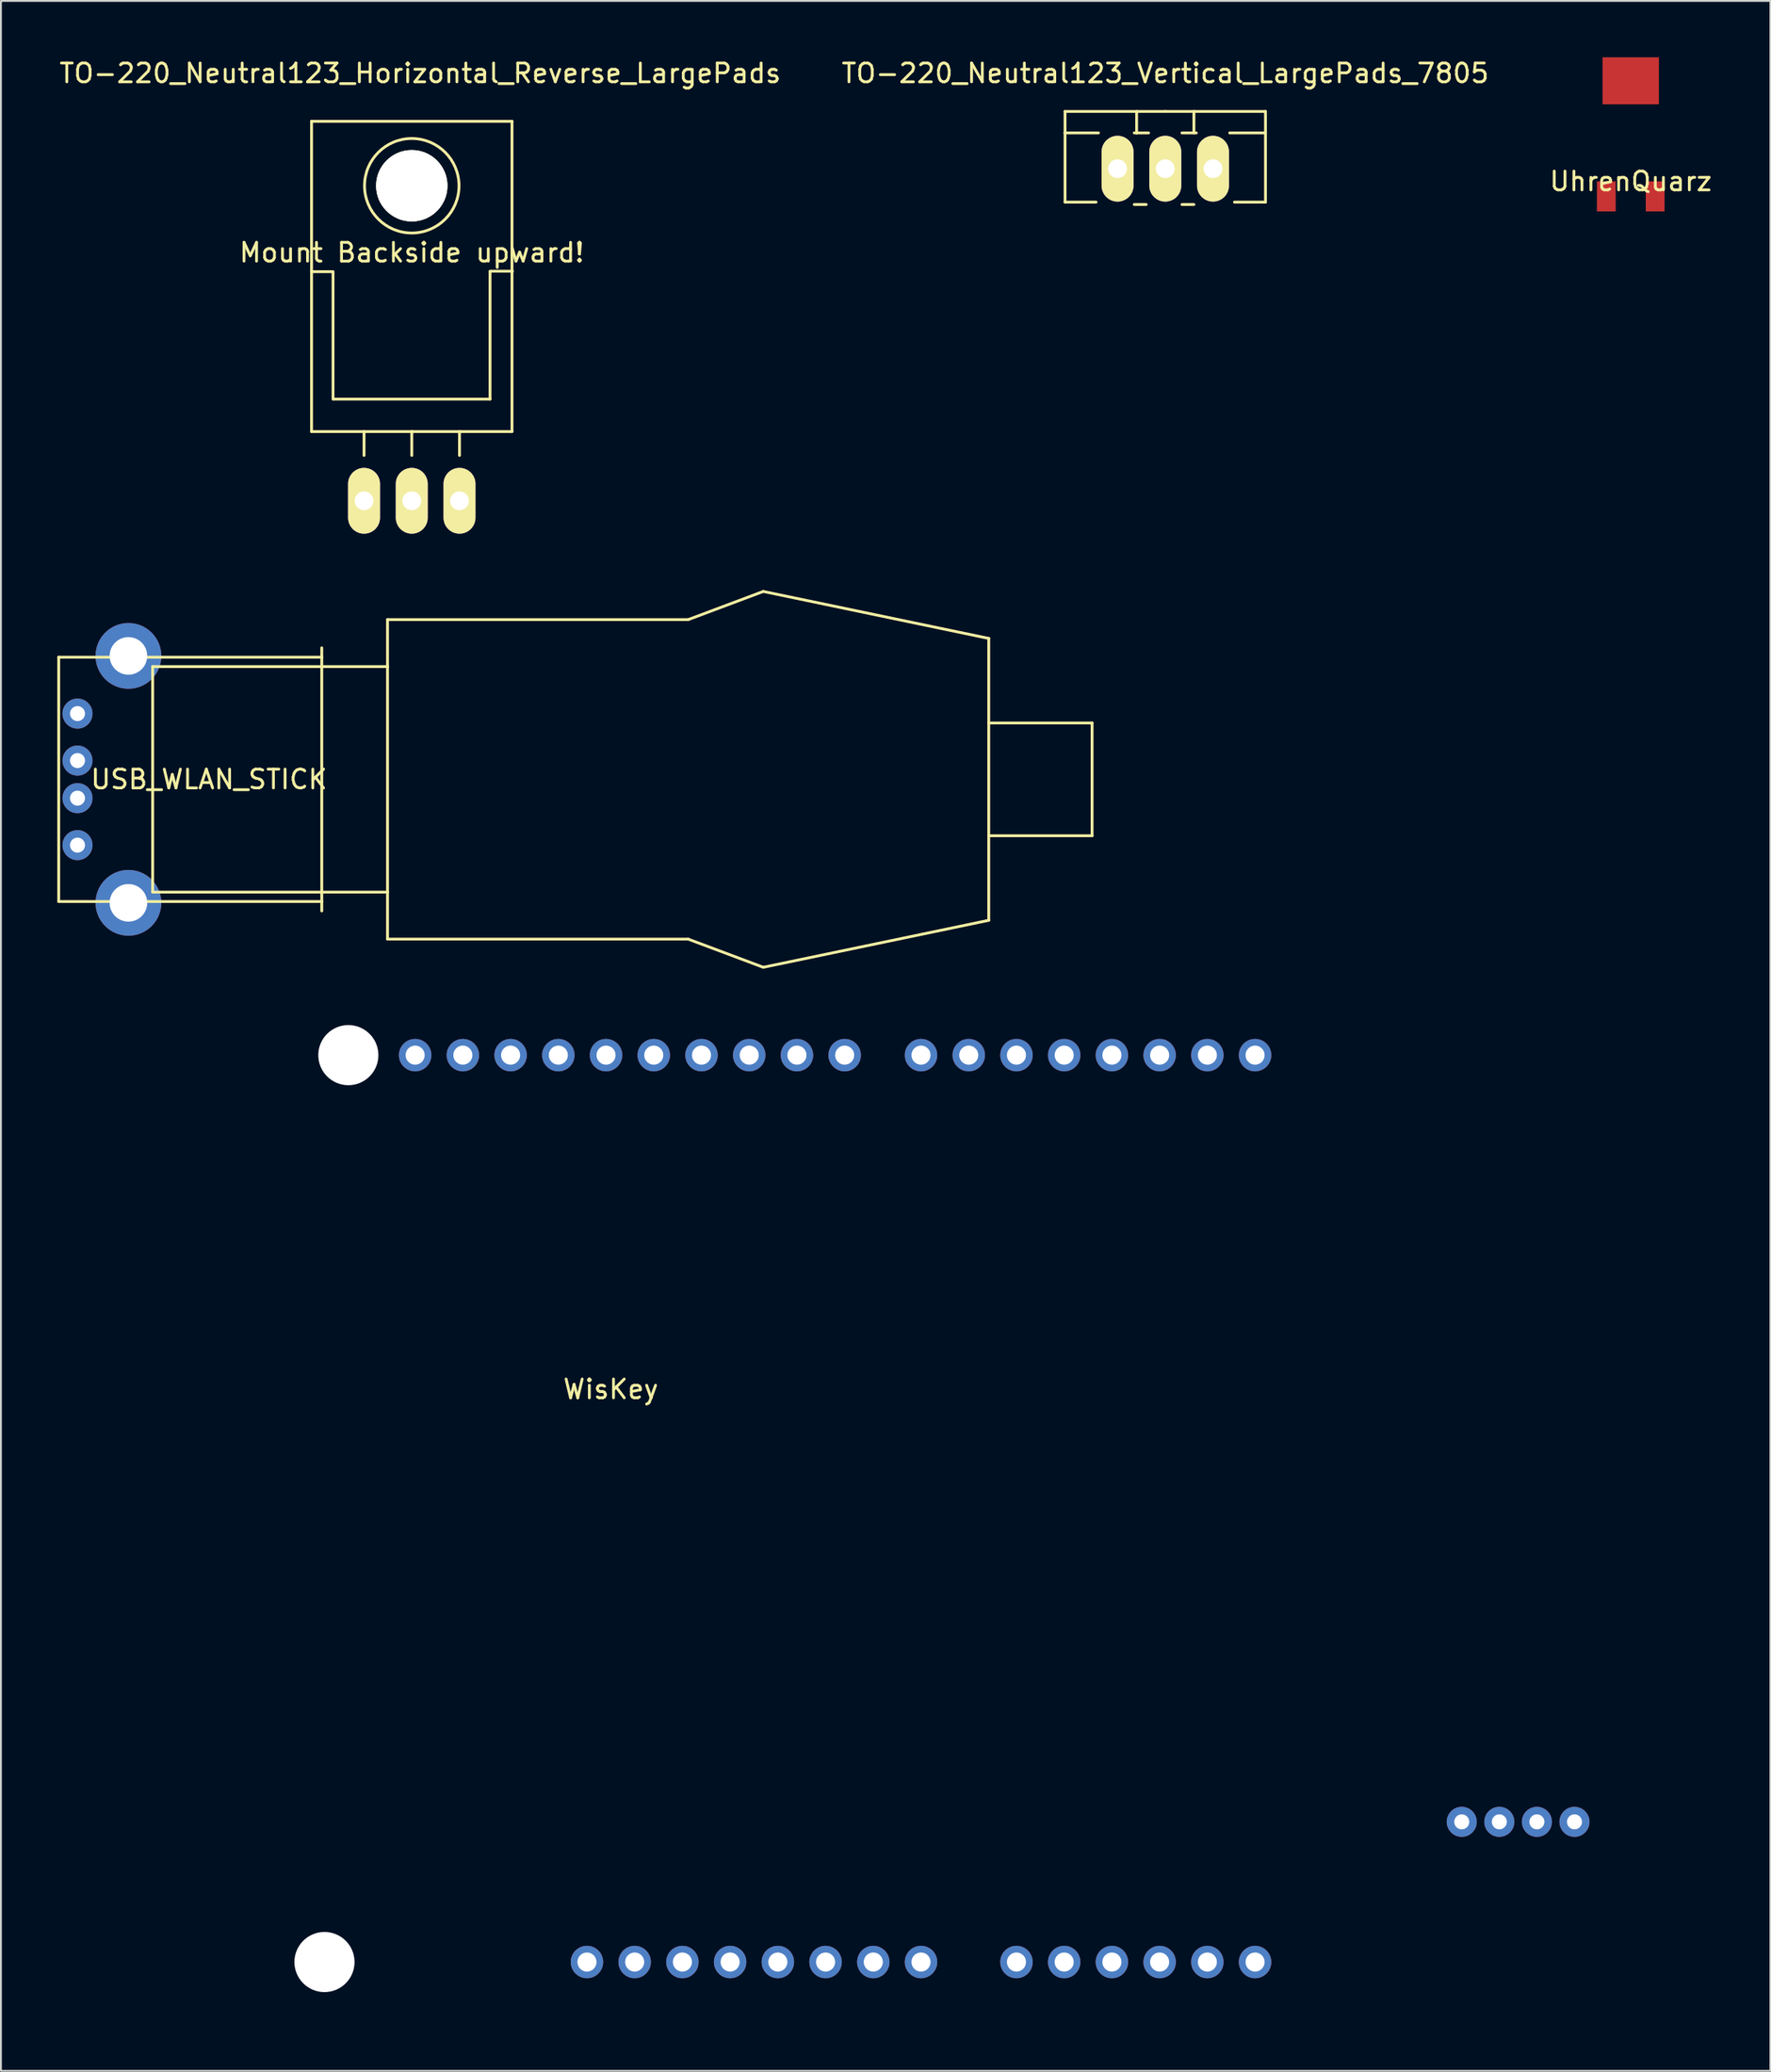
<source format=kicad_pcb>
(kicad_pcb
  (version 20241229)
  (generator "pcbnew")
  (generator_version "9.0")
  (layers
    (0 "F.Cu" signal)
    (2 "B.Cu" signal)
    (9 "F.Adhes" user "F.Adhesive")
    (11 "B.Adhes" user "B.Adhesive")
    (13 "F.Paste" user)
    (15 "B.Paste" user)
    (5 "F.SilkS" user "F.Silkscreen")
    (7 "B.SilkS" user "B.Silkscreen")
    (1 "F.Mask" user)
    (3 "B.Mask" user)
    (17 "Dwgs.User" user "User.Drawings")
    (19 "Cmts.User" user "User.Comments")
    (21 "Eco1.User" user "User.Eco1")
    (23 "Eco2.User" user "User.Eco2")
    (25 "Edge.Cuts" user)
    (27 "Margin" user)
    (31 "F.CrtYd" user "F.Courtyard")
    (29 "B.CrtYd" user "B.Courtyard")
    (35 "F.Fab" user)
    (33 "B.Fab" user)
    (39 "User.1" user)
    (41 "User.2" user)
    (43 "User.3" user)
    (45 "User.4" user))
  (footprint "USB_WLAN_STICK"
    (layer "F.Cu")
    (at 1.075 38.424)
    (property "Reference" "USB_WLAN_STICK" (at 7 0 0) (layer "F.SilkS") (effects (font (size 1 1) (thickness 0.15))))
    (attr through_hole)
    (fp_line (start -1 -6.5) (end 13 -6.5) (stroke (width 0.15) (type solid)) (layer "F.SilkS"))
    (fp_line (start -1 6.5) (end -1 -6.5) (stroke (width 0.15) (type solid)) (layer "F.SilkS"))
    (fp_line (start 4 -6) (end 16.5 -6) (stroke (width 0.15) (type solid)) (layer "F.SilkS"))
    (fp_line (start 4 6) (end 4 -6) (stroke (width 0.15) (type solid)) (layer "F.SilkS"))
    (fp_line (start 13 -6.5) (end 13 -7) (stroke (width 0.15) (type solid)) (layer "F.SilkS"))
    (fp_line (start 13 -6.5) (end 13 6.5) (stroke (width 0.15) (type solid)) (layer "F.SilkS"))
    (fp_line (start 13 6.5) (end -1 6.5) (stroke (width 0.15) (type solid)) (layer "F.SilkS"))
    (fp_line (start 13 7) (end 13 6.5) (stroke (width 0.15) (type solid)) (layer "F.SilkS"))
    (fp_line (start 16.5 -8.5) (end 32.5 -8.5) (stroke (width 0.15) (type solid)) (layer "F.SilkS"))
    (fp_line (start 16.5 -6) (end 16.5 -8.5) (stroke (width 0.15) (type solid)) (layer "F.SilkS"))
    (fp_line (start 16.5 -6) (end 16.5 6) (stroke (width 0.15) (type solid)) (layer "F.SilkS"))
    (fp_line (start 16.5 6) (end 4 6) (stroke (width 0.15) (type solid)) (layer "F.SilkS"))
    (fp_line (start 16.5 6) (end 16.5 8.5) (stroke (width 0.15) (type solid)) (layer "F.SilkS"))
    (fp_line (start 16.5 8.5) (end 32.5 8.5) (stroke (width 0.15) (type solid)) (layer "F.SilkS"))
    (fp_line (start 32.5 -8.5) (end 36.5 -10) (stroke (width 0.15) (type solid)) (layer "F.SilkS"))
    (fp_line (start 32.5 8.5) (end 36.5 10) (stroke (width 0.15) (type solid)) (layer "F.SilkS"))
    (fp_line (start 36.5 -10) (end 48.5 -7.5) (stroke (width 0.15) (type solid)) (layer "F.SilkS"))
    (fp_line (start 36.5 10) (end 48.5 7.5) (stroke (width 0.15) (type solid)) (layer "F.SilkS"))
    (fp_line (start 48.5 -7.5) (end 48.5 7.5) (stroke (width 0.15) (type solid)) (layer "F.SilkS"))
    (fp_line (start 48.5 -3) (end 54 -3) (stroke (width 0.15) (type solid)) (layer "F.SilkS"))
    (fp_line (start 54 -3) (end 54 3) (stroke (width 0.15) (type solid)) (layer "F.SilkS"))
    (fp_line (start 54 3) (end 48.5 3) (stroke (width 0.15) (type solid)) (layer "F.SilkS"))
    (pad "1" thru_hole circle (at 0 3.5) (size 1.6 1.6) (drill 0.8) (layers "*.Cu" "*.Mask"))
    (pad "2" thru_hole circle (at 0 1) (size 1.6 1.6) (drill 0.8) (layers "*.Cu" "*.Mask"))
    (pad "3" thru_hole circle (at 0 -1) (size 1.6 1.6) (drill 0.8) (layers "*.Cu" "*.Mask"))
    (pad "4" thru_hole circle (at 0 -3.5) (size 1.6 1.6) (drill 0.8) (layers "*.Cu" "*.Mask"))
    (pad "5" thru_hole circle (at 2.71 -6.57) (size 3.5 3.5) (drill 2) (layers "*.Cu" "*.Mask"))
    (pad "5" thru_hole circle (at 2.71 6.57) (size 3.5 3.5) (drill 2) (layers "*.Cu" "*.Mask")))
  (footprint "TO-220_Neutral123_Vertical_LargePads_7805"
    (layer "F.Cu")
    (at 58.97 5.928)
    (property "Reference" "TO-220_Neutral123_Vertical_LargePads_7805" (at 0 -5.08 0) (layer "F.SilkS") (effects (font (size 1 1) (thickness 0.15))))
    (attr through_hole)
    (fp_line (start -5.334 -1.905) (end -5.334 -3.048) (stroke (width 0.15) (type solid)) (layer "F.SilkS"))
    (fp_line (start -5.334 -1.905) (end -3.556 -1.905) (stroke (width 0.15) (type solid)) (layer "F.SilkS"))
    (fp_line (start -5.334 1.778) (end -5.334 -1.905) (stroke (width 0.15) (type solid)) (layer "F.SilkS"))
    (fp_line (start -5.334 1.778) (end -3.683 1.778) (stroke (width 0.15) (type solid)) (layer "F.SilkS"))
    (fp_line (start -1.524 -3.048) (end -1.524 -1.905) (stroke (width 0.15) (type solid)) (layer "F.SilkS"))
    (fp_line (start -1.524 -1.905) (end -1.651 -1.905) (stroke (width 0.15) (type solid)) (layer "F.SilkS"))
    (fp_line (start -1.524 -1.905) (end -0.889 -1.905) (stroke (width 0.15) (type solid)) (layer "F.SilkS"))
    (fp_line (start -1.016 1.905) (end -1.651 1.905) (stroke (width 0.15) (type solid)) (layer "F.SilkS"))
    (fp_line (start 0 -3.048) (end -5.334 -3.048) (stroke (width 0.15) (type solid)) (layer "F.SilkS"))
    (fp_line (start 0 -3.048) (end 5.334 -3.048) (stroke (width 0.15) (type solid)) (layer "F.SilkS"))
    (fp_line (start 0.889 -1.905) (end 1.651 -1.905) (stroke (width 0.15) (type solid)) (layer "F.SilkS"))
    (fp_line (start 1.524 -3.048) (end 1.524 -1.905) (stroke (width 0.15) (type solid)) (layer "F.SilkS"))
    (fp_line (start 1.524 1.905) (end 0.889 1.905) (stroke (width 0.15) (type solid)) (layer "F.SilkS"))
    (fp_line (start 5.334 -3.048) (end 5.334 -1.905) (stroke (width 0.15) (type solid)) (layer "F.SilkS"))
    (fp_line (start 5.334 -1.905) (end 3.429 -1.905) (stroke (width 0.15) (type solid)) (layer "F.SilkS"))
    (fp_line (start 5.334 -1.905) (end 5.334 1.778) (stroke (width 0.15) (type solid)) (layer "F.SilkS"))
    (fp_line (start 5.334 1.778) (end 3.683 1.778) (stroke (width 0.15) (type solid)) (layer "F.SilkS"))
    (pad "GND" thru_hole oval (at 0 0 90) (size 3.5 1.699) (drill 1.001) (layers "*.Cu" "*.Mask" "F.SilkS"))
    (pad "VI" thru_hole oval (at -2.54 0 90) (size 3.5 1.699) (drill 1.001) (layers "*.Cu" "*.Mask" "F.SilkS"))
    (pad "VO" thru_hole oval (at 2.54 0 90) (size 3.5 1.699) (drill 1.001) (layers "*.Cu" "*.Mask" "F.SilkS")))
  (footprint "TO-220_Neutral123_Horizontal_Reverse_LargePads"
    (layer "F.Cu")
    (at 18.866 23.599)
    (property "Reference" "TO-220_Neutral123_Horizontal_Reverse_LargePads" (at 0.45 -22.751 0) (layer "F.SilkS") (effects (font (size 1 1) (thickness 0.15))))
    (attr through_hole)
    (fp_line (start -5.334 -20.193) (end -5.334 -12.192) (stroke (width 0.15) (type solid)) (layer "F.SilkS"))
    (fp_line (start -5.334 -12.192) (end -5.334 -3.683) (stroke (width 0.15) (type solid)) (layer "F.SilkS"))
    (fp_line (start -4.191 -12.192) (end -5.334 -12.192) (stroke (width 0.15) (type solid)) (layer "F.SilkS"))
    (fp_line (start -4.191 -5.41) (end -4.191 -12.167) (stroke (width 0.15) (type solid)) (layer "F.SilkS"))
    (fp_line (start -2.54 -3.683) (end -2.54 -2.413) (stroke (width 0.15) (type solid)) (layer "F.SilkS"))
    (fp_line (start 0 -3.683) (end -5.334 -3.683) (stroke (width 0.15) (type solid)) (layer "F.SilkS"))
    (fp_line (start 0 -3.683) (end 0 -2.413) (stroke (width 0.15) (type solid)) (layer "F.SilkS"))
    (fp_line (start 0 -3.683) (end 5.334 -3.683) (stroke (width 0.15) (type solid)) (layer "F.SilkS"))
    (fp_line (start 2.54 -3.683) (end 2.54 -2.413) (stroke (width 0.15) (type solid)) (layer "F.SilkS"))
    (fp_line (start 4.166 -12.217) (end 5.359 -12.217) (stroke (width 0.15) (type solid)) (layer "F.SilkS"))
    (fp_line (start 4.166 -12.192) (end 4.166 -5.41) (stroke (width 0.15) (type solid)) (layer "F.SilkS"))
    (fp_line (start 4.166 -5.41) (end -4.166 -5.41) (stroke (width 0.15) (type solid)) (layer "F.SilkS"))
    (fp_line (start 5.334 -20.193) (end -5.334 -20.193) (stroke (width 0.15) (type solid)) (layer "F.SilkS"))
    (fp_line (start 5.334 -12.192) (end 5.334 -20.193) (stroke (width 0.15) (type solid)) (layer "F.SilkS"))
    (fp_line (start 5.334 -3.683) (end 5.334 -12.192) (stroke (width 0.15) (type solid)) (layer "F.SilkS"))
    (fp_circle (center 0 -16.764) (end 1.778 -14.986) (stroke (width 0.15) (type solid)) (fill no) (layer "F.SilkS"))
    (fp_text user "Mount Backside upward!" (at 0 -13.208 0) (layer "F.SilkS") (effects (font (size 1 1) (thickness 0.15))))
    (pad "" np_thru_hole circle (at 0 -16.764 90) (size 3.8 3.8) (drill 3.8) (layers "*.Cu" "*.Mask" "F.SilkS"))
    (pad "1" thru_hole oval (at 2.54 0 90) (size 3.5 1.699) (drill 1.001) (layers "*.Cu" "*.Mask" "F.SilkS"))
    (pad "2" thru_hole oval (at 0 0 90) (size 3.5 1.699) (drill 1.001) (layers "*.Cu" "*.Mask" "F.SilkS"))
    (pad "3" thru_hole oval (at -2.54 0 90) (size 3.5 1.699) (drill 1.001) (layers "*.Cu" "*.Mask" "F.SilkS")))
  (footprint "WisKey"
    (layer "F.Cu")
    (at 0.25 103.899)
    (property "Reference" "WisKey" (at 29.21 -33.02 0) (layer "F.SilkS") (effects (font (size 1 1) (thickness 0.15))))
    (attr through_hole)
    (pad "" np_thru_hole circle (at 13.97 -2.54) (size 3.2 3.2) (drill 3.2) (layers "*.Cu" "*.Mask"))
    (pad "" np_thru_hole circle (at 15.24 -50.8) (size 3.2 3.2) (drill 3.2) (layers "*.Cu" "*.Mask"))
    (pad "" thru_hole oval (at 27.94 -2.54) (size 1.727 1.727) (drill 1.016) (layers "*.Cu" "*.Mask"))
    (pad "3V3" thru_hole oval (at 35.56 -2.54) (size 1.727 1.727) (drill 1.016) (layers "*.Cu" "*.Mask"))
    (pad "5V1" thru_hole oval (at 38.1 -2.54) (size 1.727 1.727) (drill 1.016) (layers "*.Cu" "*.Mask"))
    (pad "14" thru_hole circle (at 74.5 -10) (size 1.6 1.6) (drill 0.8) (layers "*.Cu" "*.Mask"))
    (pad "14" thru_hole circle (at 76.5 -10) (size 1.6 1.6) (drill 0.8) (layers "*.Cu" "*.Mask"))
    (pad "14" thru_hole circle (at 78.5 -10) (size 1.6 1.6) (drill 0.8) (layers "*.Cu" "*.Mask"))
    (pad "14" thru_hole circle (at 80.5 -10) (size 1.6 1.6) (drill 0.8) (layers "*.Cu" "*.Mask"))
    (pad "A0" thru_hole oval (at 50.8 -2.54) (size 1.727 1.727) (drill 1.016) (layers "*.Cu" "*.Mask"))
    (pad "A1" thru_hole oval (at 53.34 -2.54) (size 1.727 1.727) (drill 1.016) (layers "*.Cu" "*.Mask"))
    (pad "A2" thru_hole oval (at 55.88 -2.54) (size 1.727 1.727) (drill 1.016) (layers "*.Cu" "*.Mask"))
    (pad "A3" thru_hole oval (at 58.42 -2.54) (size 1.727 1.727) (drill 1.016) (layers "*.Cu" "*.Mask"))
    (pad "A4" thru_hole oval (at 60.96 -2.54) (size 1.727 1.727) (drill 1.016) (layers "*.Cu" "*.Mask"))
    (pad "A5" thru_hole oval (at 63.5 -2.54) (size 1.727 1.727) (drill 1.016) (layers "*.Cu" "*.Mask"))
    (pad "AREF" thru_hole oval (at 23.876 -50.8) (size 1.727 1.727) (drill 1.016) (layers "*.Cu" "*.Mask"))
    (pad "D0" thru_hole oval (at 63.5 -50.8) (size 1.727 1.727) (drill 1.016) (layers "*.Cu" "*.Mask"))
    (pad "D1" thru_hole oval (at 60.96 -50.8) (size 1.727 1.727) (drill 1.016) (layers "*.Cu" "*.Mask"))
    (pad "D2" thru_hole oval (at 58.42 -50.8) (size 1.727 1.727) (drill 1.016) (layers "*.Cu" "*.Mask"))
    (pad "D3" thru_hole oval (at 55.88 -50.8) (size 1.727 1.727) (drill 1.016) (layers "*.Cu" "*.Mask"))
    (pad "D4" thru_hole oval (at 53.34 -50.8) (size 1.727 1.727) (drill 1.016) (layers "*.Cu" "*.Mask"))
    (pad "D5" thru_hole oval (at 50.8 -50.8) (size 1.727 1.727) (drill 1.016) (layers "*.Cu" "*.Mask"))
    (pad "D6" thru_hole oval (at 48.26 -50.8) (size 1.727 1.727) (drill 1.016) (layers "*.Cu" "*.Mask"))
    (pad "D7" thru_hole oval (at 45.72 -50.8) (size 1.727 1.727) (drill 1.016) (layers "*.Cu" "*.Mask"))
    (pad "D8" thru_hole oval (at 41.656 -50.8) (size 1.727 1.727) (drill 1.016) (layers "*.Cu" "*.Mask"))
    (pad "D9" thru_hole oval (at 39.116 -50.8) (size 1.727 1.727) (drill 1.016) (layers "*.Cu" "*.Mask"))
    (pad "D10" thru_hole oval (at 36.576 -50.8) (size 1.727 1.727) (drill 1.016) (layers "*.Cu" "*.Mask"))
    (pad "D11" thru_hole oval (at 34.036 -50.8) (size 1.727 1.727) (drill 1.016) (layers "*.Cu" "*.Mask"))
    (pad "D12" thru_hole oval (at 31.496 -50.8) (size 1.727 1.727) (drill 1.016) (layers "*.Cu" "*.Mask"))
    (pad "D13" thru_hole oval (at 28.956 -50.8) (size 1.727 1.727) (drill 1.016) (layers "*.Cu" "*.Mask"))
    (pad "GND1" thru_hole oval (at 26.416 -50.8) (size 1.727 1.727) (drill 1.016) (layers "*.Cu" "*.Mask"))
    (pad "GND2" thru_hole oval (at 40.64 -2.54) (size 1.727 1.727) (drill 1.016) (layers "*.Cu" "*.Mask"))
    (pad "GND3" thru_hole oval (at 43.18 -2.54) (size 1.727 1.727) (drill 1.016) (layers "*.Cu" "*.Mask"))
    (pad "IORF" thru_hole oval (at 30.48 -2.54) (size 1.727 1.727) (drill 1.016) (layers "*.Cu" "*.Mask"))
    (pad "RST1" thru_hole oval (at 33.02 -2.54) (size 1.727 1.727) (drill 1.016) (layers "*.Cu" "*.Mask"))
    (pad "SCL" thru_hole oval (at 18.796 -50.8) (size 1.727 1.727) (drill 1.016) (layers "*.Cu" "*.Mask"))
    (pad "SDA" thru_hole oval (at 21.336 -50.8) (size 1.727 1.727) (drill 1.016) (layers "*.Cu" "*.Mask"))
    (pad "VIN" thru_hole oval (at 45.72 -2.54) (size 1.727 1.727) (drill 1.016) (layers "*.Cu" "*.Mask")))
  (footprint "UhrenQuarz"
    (layer "F.Cu")
    (at 83.744 6.6)
    (property "Reference" "UhrenQuarz" (at 0 0 0) (layer "F.SilkS") (effects (font (size 1 1) (thickness 0.15))))
    (attr through_hole)
    (pad "" smd rect (at 0 -5.35) (size 3 2.5) (layers "F.Cu" "F.Mask" "F.Paste"))
    (pad "1" smd rect (at -1.3 0.8) (size 1 1.6) (layers "F.Cu" "F.Mask" "F.Paste"))
    (pad "2" smd rect (at 1.3 0.8) (size 1 1.6) (layers "F.Cu" "F.Mask" "F.Paste")))
  (gr_rect
    (start -3 -3)
    (end 91.179 107.149)
    (stroke (width 0.1) (type default))
    (fill no)
    (layer "Edge.Cuts")))
</source>
